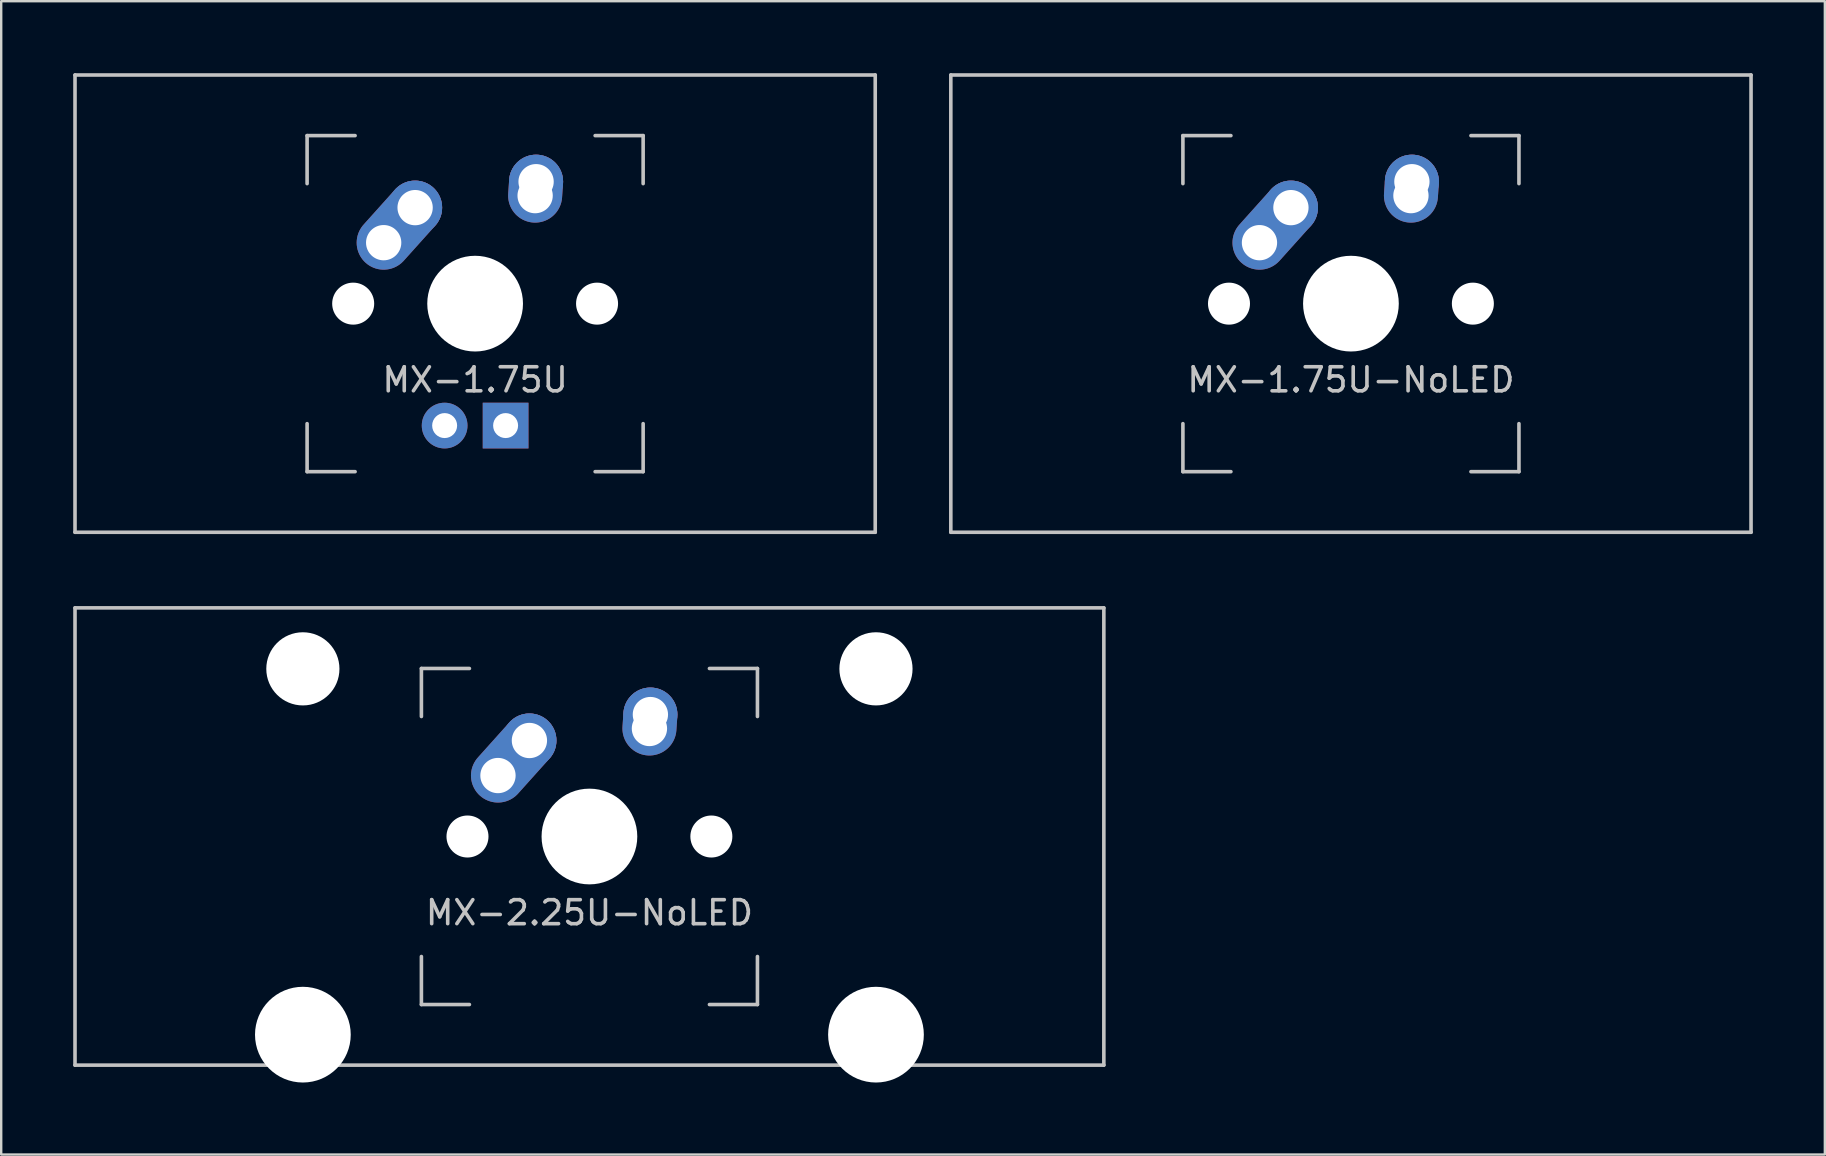
<source format=kicad_pcb>
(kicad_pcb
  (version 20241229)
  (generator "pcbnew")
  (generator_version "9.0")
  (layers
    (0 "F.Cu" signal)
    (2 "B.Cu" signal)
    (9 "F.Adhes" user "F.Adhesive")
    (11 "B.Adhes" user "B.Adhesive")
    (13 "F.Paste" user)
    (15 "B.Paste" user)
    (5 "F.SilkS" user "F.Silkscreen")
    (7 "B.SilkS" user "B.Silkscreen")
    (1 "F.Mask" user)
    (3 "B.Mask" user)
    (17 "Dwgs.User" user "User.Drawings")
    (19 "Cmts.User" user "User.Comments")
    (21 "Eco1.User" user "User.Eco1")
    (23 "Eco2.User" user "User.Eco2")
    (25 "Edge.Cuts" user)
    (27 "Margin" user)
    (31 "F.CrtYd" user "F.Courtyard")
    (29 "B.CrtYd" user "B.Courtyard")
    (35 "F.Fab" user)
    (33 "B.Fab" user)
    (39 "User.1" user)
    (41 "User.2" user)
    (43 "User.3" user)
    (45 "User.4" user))
  (footprint "MX-1.75U-NoLED"
    (layer "F.Cu")
    (at 53.231 9.6)
    (property "Reference" "MX-1.75U-NoLED" (at 0 3.175 0) (layer "Dwgs.User") (effects (font (size 1 1) (thickness 0.15))))
    (attr through_hole)
    (fp_line (start -16.669 -9.525) (end 16.669 -9.525) (stroke (width 0.15) (type solid)) (layer "Dwgs.User"))
    (fp_line (start -16.669 9.525) (end -16.669 -9.525) (stroke (width 0.15) (type solid)) (layer "Dwgs.User"))
    (fp_line (start -7 -7) (end -7 -5) (stroke (width 0.15) (type solid)) (layer "Dwgs.User"))
    (fp_line (start -7 5) (end -7 7) (stroke (width 0.15) (type solid)) (layer "Dwgs.User"))
    (fp_line (start -7 7) (end -5 7) (stroke (width 0.15) (type solid)) (layer "Dwgs.User"))
    (fp_line (start -5 -7) (end -7 -7) (stroke (width 0.15) (type solid)) (layer "Dwgs.User"))
    (fp_line (start 5 -7) (end 7 -7) (stroke (width 0.15) (type solid)) (layer "Dwgs.User"))
    (fp_line (start 5 7) (end 7 7) (stroke (width 0.15) (type solid)) (layer "Dwgs.User"))
    (fp_line (start 7 -7) (end 7 -5) (stroke (width 0.15) (type solid)) (layer "Dwgs.User"))
    (fp_line (start 7 7) (end 7 5) (stroke (width 0.15) (type solid)) (layer "Dwgs.User"))
    (fp_line (start 16.669 -9.525) (end 16.669 9.525) (stroke (width 0.15) (type solid)) (layer "Dwgs.User"))
    (fp_line (start 16.669 9.525) (end -16.669 9.525) (stroke (width 0.15) (type solid)) (layer "Dwgs.User"))
    (pad "" np_thru_hole circle (at -5.08 0 48.1) (size 1.75 1.75) (drill 1.75) (layers "*.Cu" "*.Mask"))
    (pad "" np_thru_hole circle (at 0 0) (size 3.988 3.988) (drill 3.988) (layers "*.Cu" "*.Mask"))
    (pad "" np_thru_hole circle (at 5.08 0 48.1) (size 1.75 1.75) (drill 1.75) (layers "*.Cu" "*.Mask"))
    (pad "1" thru_hole oval (at -3.81 -2.54 48.1) (size 4.212 2.25) (drill 1.47 (offset 0.981 0)) (layers "*.Cu" "B.Mask"))
    (pad "1" thru_hole circle (at -2.5 -4) (size 2.25 2.25) (drill 1.47) (layers "*.Cu" "B.Mask"))
    (pad "2" thru_hole oval (at 2.5 -4.5 86.055) (size 2.831 2.25) (drill 1.47 (offset 0.291 0)) (layers "*.Cu" "B.Mask"))
    (pad "2" thru_hole circle (at 2.54 -5.08) (size 2.25 2.25) (drill 1.47) (layers "*.Cu" "B.Mask")))
  (footprint "MX-1.75U"
    (layer "F.Cu")
    (at 16.744 9.6)
    (property "Reference" "MX-1.75U" (at 0 3.175 0) (layer "Dwgs.User") (effects (font (size 1 1) (thickness 0.15))))
    (attr through_hole)
    (fp_line (start -16.669 -9.525) (end 16.669 -9.525) (stroke (width 0.15) (type solid)) (layer "Dwgs.User"))
    (fp_line (start -16.669 9.525) (end -16.669 -9.525) (stroke (width 0.15) (type solid)) (layer "Dwgs.User"))
    (fp_line (start -7 -7) (end -7 -5) (stroke (width 0.15) (type solid)) (layer "Dwgs.User"))
    (fp_line (start -7 5) (end -7 7) (stroke (width 0.15) (type solid)) (layer "Dwgs.User"))
    (fp_line (start -7 7) (end -5 7) (stroke (width 0.15) (type solid)) (layer "Dwgs.User"))
    (fp_line (start -5 -7) (end -7 -7) (stroke (width 0.15) (type solid)) (layer "Dwgs.User"))
    (fp_line (start 5 -7) (end 7 -7) (stroke (width 0.15) (type solid)) (layer "Dwgs.User"))
    (fp_line (start 5 7) (end 7 7) (stroke (width 0.15) (type solid)) (layer "Dwgs.User"))
    (fp_line (start 7 -7) (end 7 -5) (stroke (width 0.15) (type solid)) (layer "Dwgs.User"))
    (fp_line (start 7 7) (end 7 5) (stroke (width 0.15) (type solid)) (layer "Dwgs.User"))
    (fp_line (start 16.669 -9.525) (end 16.669 9.525) (stroke (width 0.15) (type solid)) (layer "Dwgs.User"))
    (fp_line (start 16.669 9.525) (end -16.669 9.525) (stroke (width 0.15) (type solid)) (layer "Dwgs.User"))
    (pad "" np_thru_hole circle (at -5.08 0 48.1) (size 1.75 1.75) (drill 1.75) (layers "*.Cu" "*.Mask"))
    (pad "" np_thru_hole circle (at 0 0) (size 3.988 3.988) (drill 3.988) (layers "*.Cu" "*.Mask"))
    (pad "" np_thru_hole circle (at 5.08 0 48.1) (size 1.75 1.75) (drill 1.75) (layers "*.Cu" "*.Mask"))
    (pad "1" thru_hole oval (at -3.81 -2.54 48.1) (size 4.212 2.25) (drill 1.47 (offset 0.981 0)) (layers "*.Cu" "B.Mask"))
    (pad "1" thru_hole circle (at -2.5 -4) (size 2.25 2.25) (drill 1.47) (layers "*.Cu" "B.Mask"))
    (pad "2" thru_hole oval (at 2.5 -4.5 86.055) (size 2.831 2.25) (drill 1.47 (offset 0.291 0)) (layers "*.Cu" "B.Mask"))
    (pad "2" thru_hole circle (at 2.54 -5.08) (size 2.25 2.25) (drill 1.47) (layers "*.Cu" "B.Mask"))
    (pad "3" thru_hole circle (at -1.27 5.08) (size 1.905 1.905) (drill 1.04) (layers "*.Cu" "B.Mask"))
    (pad "4" thru_hole rect (at 1.27 5.08) (size 1.905 1.905) (drill 1.04) (layers "*.Cu" "B.Mask")))
  (footprint "MX-2.25U-NoLED"
    (layer "F.Cu")
    (at 21.506 31.8)
    (property "Reference" "MX-2.25U-NoLED" (at 0 3.175 0) (layer "Dwgs.User") (effects (font (size 1 1) (thickness 0.15))))
    (attr through_hole)
    (fp_line (start -21.431 -9.525) (end 21.431 -9.525) (stroke (width 0.15) (type solid)) (layer "Dwgs.User"))
    (fp_line (start -21.431 9.525) (end -21.431 -9.525) (stroke (width 0.15) (type solid)) (layer "Dwgs.User"))
    (fp_line (start -21.431 9.525) (end 21.431 9.525) (stroke (width 0.15) (type solid)) (layer "Dwgs.User"))
    (fp_line (start -7 -7) (end -7 -5) (stroke (width 0.15) (type solid)) (layer "Dwgs.User"))
    (fp_line (start -7 5) (end -7 7) (stroke (width 0.15) (type solid)) (layer "Dwgs.User"))
    (fp_line (start -7 7) (end -5 7) (stroke (width 0.15) (type solid)) (layer "Dwgs.User"))
    (fp_line (start -5 -7) (end -7 -7) (stroke (width 0.15) (type solid)) (layer "Dwgs.User"))
    (fp_line (start 5 -7) (end 7 -7) (stroke (width 0.15) (type solid)) (layer "Dwgs.User"))
    (fp_line (start 5 7) (end 7 7) (stroke (width 0.15) (type solid)) (layer "Dwgs.User"))
    (fp_line (start 7 -7) (end 7 -5) (stroke (width 0.15) (type solid)) (layer "Dwgs.User"))
    (fp_line (start 7 7) (end 7 5) (stroke (width 0.15) (type solid)) (layer "Dwgs.User"))
    (fp_line (start 21.431 -9.525) (end 21.431 9.525) (stroke (width 0.15) (type solid)) (layer "Dwgs.User"))
    (pad "" np_thru_hole circle (at -11.938 -6.985) (size 3.048 3.048) (drill 3.048) (layers "*.Cu" "*.Mask"))
    (pad "" np_thru_hole circle (at -11.938 8.255) (size 3.988 3.988) (drill 3.988) (layers "*.Cu" "*.Mask"))
    (pad "" np_thru_hole circle (at -5.08 0 48.1) (size 1.75 1.75) (drill 1.75) (layers "*.Cu" "*.Mask"))
    (pad "" np_thru_hole circle (at 0 0) (size 3.988 3.988) (drill 3.988) (layers "*.Cu" "*.Mask"))
    (pad "" np_thru_hole circle (at 5.08 0 48.1) (size 1.75 1.75) (drill 1.75) (layers "*.Cu" "*.Mask"))
    (pad "" np_thru_hole circle (at 11.938 -6.985) (size 3.048 3.048) (drill 3.048) (layers "*.Cu" "*.Mask"))
    (pad "" np_thru_hole circle (at 11.938 8.255) (size 3.988 3.988) (drill 3.988) (layers "*.Cu" "*.Mask"))
    (pad "1" thru_hole oval (at -3.81 -2.54 48.1) (size 4.212 2.25) (drill 1.47 (offset 0.981 0)) (layers "*.Cu" "B.Mask"))
    (pad "1" thru_hole circle (at -2.5 -4) (size 2.25 2.25) (drill 1.47) (layers "*.Cu" "B.Mask"))
    (pad "2" thru_hole oval (at 2.5 -4.5 86.055) (size 2.831 2.25) (drill 1.47 (offset 0.291 0)) (layers "*.Cu" "B.Mask"))
    (pad "2" thru_hole circle (at 2.54 -5.08) (size 2.25 2.25) (drill 1.47) (layers "*.Cu" "B.Mask")))
  (gr_rect
    (start -3 -3)
    (end 72.975 45.049)
    (stroke (width 0.1) (type default))
    (fill no)
    (layer "Edge.Cuts")))
</source>
